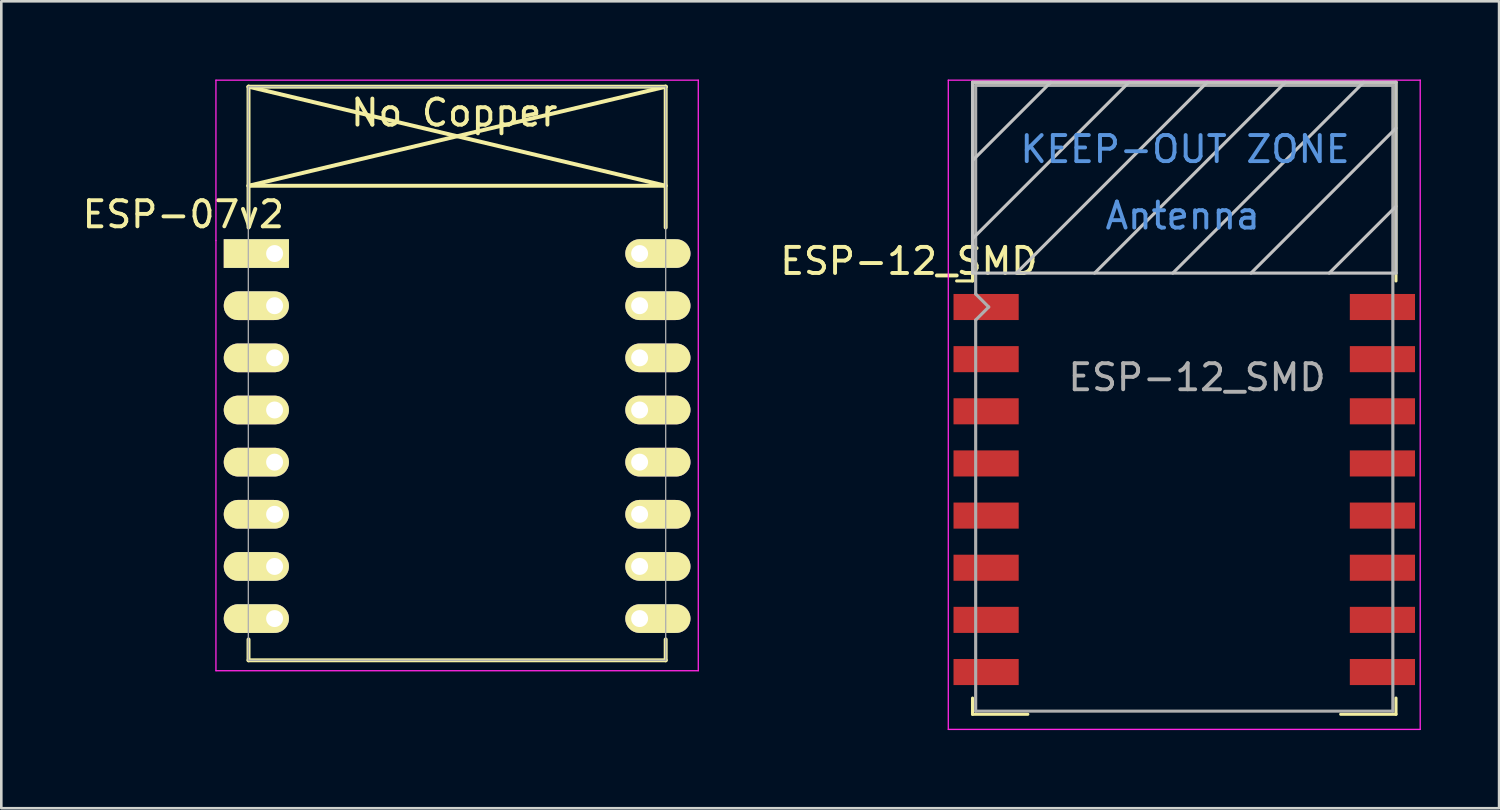
<source format=kicad_pcb>
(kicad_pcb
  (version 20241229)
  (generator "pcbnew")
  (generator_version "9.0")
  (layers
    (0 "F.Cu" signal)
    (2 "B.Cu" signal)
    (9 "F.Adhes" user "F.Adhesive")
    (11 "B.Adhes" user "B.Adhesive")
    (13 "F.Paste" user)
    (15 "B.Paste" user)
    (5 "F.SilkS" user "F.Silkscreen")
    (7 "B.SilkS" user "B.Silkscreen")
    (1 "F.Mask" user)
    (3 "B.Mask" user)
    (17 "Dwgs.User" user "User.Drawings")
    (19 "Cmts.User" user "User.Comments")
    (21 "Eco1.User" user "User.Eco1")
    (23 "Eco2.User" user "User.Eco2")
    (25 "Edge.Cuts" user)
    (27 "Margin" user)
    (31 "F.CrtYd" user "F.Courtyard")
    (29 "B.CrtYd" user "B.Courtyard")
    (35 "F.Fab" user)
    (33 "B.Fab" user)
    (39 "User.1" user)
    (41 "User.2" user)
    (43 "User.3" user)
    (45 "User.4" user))
  (footprint "ESP-12_SMD"
    (layer "F.Cu")
    (at 42.371 12.225)
    (property "Reference" "ESP-12_SMD" (at -10.56 -5.26 0) (layer "F.SilkS") (effects (font (size 1 1) (thickness 0.15))))
    (attr smd)
    (fp_line (start -8.12 -12.12) (end 8.12 -12.12) (stroke (width 0.12) (type solid)) (layer "F.SilkS"))
    (fp_line (start -8.12 -4.5) (end -8.73 -4.5) (stroke (width 0.12) (type solid)) (layer "F.SilkS"))
    (fp_line (start -8.12 -4.5) (end -8.12 -12.12) (stroke (width 0.12) (type solid)) (layer "F.SilkS"))
    (fp_line (start -8.12 12.12) (end -8.12 11.5) (stroke (width 0.12) (type solid)) (layer "F.SilkS"))
    (fp_line (start -6 12.12) (end -8.12 12.12) (stroke (width 0.12) (type solid)) (layer "F.SilkS"))
    (fp_line (start 8.12 -12.12) (end 8.12 -4.5) (stroke (width 0.12) (type solid)) (layer "F.SilkS"))
    (fp_line (start 8.12 11.5) (end 8.12 12.12) (stroke (width 0.12) (type solid)) (layer "F.SilkS"))
    (fp_line (start 8.12 12.12) (end 6 12.12) (stroke (width 0.12) (type solid)) (layer "F.SilkS"))
    (fp_line (start -8.12 -12.12) (end 8.12 -12.12) (stroke (width 0.12) (type solid)) (layer "Dwgs.User"))
    (fp_line (start -8.12 -9.12) (end -5.12 -12.12) (stroke (width 0.12) (type solid)) (layer "Dwgs.User"))
    (fp_line (start -8.12 -6.12) (end -2.12 -12.12) (stroke (width 0.12) (type solid)) (layer "Dwgs.User"))
    (fp_line (start -8.12 -4.8) (end -8.12 -12.12) (stroke (width 0.12) (type solid)) (layer "Dwgs.User"))
    (fp_line (start -6.44 -4.8) (end 0.88 -12.12) (stroke (width 0.12) (type solid)) (layer "Dwgs.User"))
    (fp_line (start -3.44 -4.8) (end 3.88 -12.12) (stroke (width 0.12) (type solid)) (layer "Dwgs.User"))
    (fp_line (start -0.44 -4.8) (end 6.88 -12.12) (stroke (width 0.12) (type solid)) (layer "Dwgs.User"))
    (fp_line (start 2.56 -4.8) (end 8.12 -10.36) (stroke (width 0.12) (type solid)) (layer "Dwgs.User"))
    (fp_line (start 5.56 -4.8) (end 8.12 -7.36) (stroke (width 0.12) (type solid)) (layer "Dwgs.User"))
    (fp_line (start 8.12 -12.12) (end 8.12 -4.8) (stroke (width 0.12) (type solid)) (layer "Dwgs.User"))
    (fp_line (start 8.12 -4.8) (end -8.12 -4.8) (stroke (width 0.12) (type solid)) (layer "Dwgs.User"))
    (fp_line (start -9.05 -12.2) (end 9.05 -12.2) (stroke (width 0.05) (type solid)) (layer "F.CrtYd"))
    (fp_line (start -9.05 12.7) (end -9.05 -12.2) (stroke (width 0.05) (type solid)) (layer "F.CrtYd"))
    (fp_line (start 9.05 -12.2) (end 9.05 12.7) (stroke (width 0.05) (type solid)) (layer "F.CrtYd"))
    (fp_line (start 9.05 12.7) (end -9.05 12.7) (stroke (width 0.05) (type solid)) (layer "F.CrtYd"))
    (fp_line (start -8 -12) (end 8 -12) (stroke (width 0.12) (type solid)) (layer "F.Fab"))
    (fp_line (start -8 -4) (end -8 -12) (stroke (width 0.12) (type solid)) (layer "F.Fab"))
    (fp_line (start -8 -3) (end -7.5 -3.5) (stroke (width 0.12) (type solid)) (layer "F.Fab"))
    (fp_line (start -8 12) (end -8 -3) (stroke (width 0.12) (type solid)) (layer "F.Fab"))
    (fp_line (start -7.5 -3.5) (end -8 -4) (stroke (width 0.12) (type solid)) (layer "F.Fab"))
    (fp_line (start 8 -12) (end 8 12) (stroke (width 0.12) (type solid)) (layer "F.Fab"))
    (fp_line (start 8 12) (end -8 12) (stroke (width 0.12) (type solid)) (layer "F.Fab"))
    (fp_text user "Antenna" (at -0.06 -7 180) (layer "Cmts.User") (effects (font (size 1 1) (thickness 0.15))))
    (fp_text user "KEEP-OUT ZONE" (at 0.03 -9.55 180) (layer "Cmts.User") (effects (font (size 1 1) (thickness 0.15))))
    (fp_text user "${REFERENCE}" (at 0.49 -0.8 0) (layer "F.Fab") (effects (font (size 1 1) (thickness 0.15))))
    (pad "1" smd rect (at -7.6 -3.5) (size 2.5 1) (layers "F.Cu" "F.Mask" "F.Paste"))
    (pad "2" smd rect (at -7.6 -1.5) (size 2.5 1) (layers "F.Cu" "F.Mask" "F.Paste"))
    (pad "3" smd rect (at -7.6 0.5) (size 2.5 1) (layers "F.Cu" "F.Mask" "F.Paste"))
    (pad "4" smd rect (at -7.6 2.5) (size 2.5 1) (layers "F.Cu" "F.Mask" "F.Paste"))
    (pad "5" smd rect (at -7.6 4.5) (size 2.5 1) (layers "F.Cu" "F.Mask" "F.Paste"))
    (pad "6" smd rect (at -7.6 6.5) (size 2.5 1) (layers "F.Cu" "F.Mask" "F.Paste"))
    (pad "7" smd rect (at -7.6 8.5) (size 2.5 1) (layers "F.Cu" "F.Mask" "F.Paste"))
    (pad "8" smd rect (at -7.6 10.5) (size 2.5 1) (layers "F.Cu" "F.Mask" "F.Paste"))
    (pad "9" smd rect (at 7.6 10.5) (size 2.5 1) (layers "F.Cu" "F.Mask" "F.Paste"))
    (pad "10" smd rect (at 7.6 8.5) (size 2.5 1) (layers "F.Cu" "F.Mask" "F.Paste"))
    (pad "11" smd rect (at 7.6 6.5) (size 2.5 1) (layers "F.Cu" "F.Mask" "F.Paste"))
    (pad "12" smd rect (at 7.6 4.5) (size 2.5 1) (layers "F.Cu" "F.Mask" "F.Paste"))
    (pad "13" smd rect (at 7.6 2.5) (size 2.5 1) (layers "F.Cu" "F.Mask" "F.Paste"))
    (pad "14" smd rect (at 7.6 0.5) (size 2.5 1) (layers "F.Cu" "F.Mask" "F.Paste"))
    (pad "15" smd rect (at 7.6 -1.5) (size 2.5 1) (layers "F.Cu" "F.Mask" "F.Paste"))
    (pad "16" smd rect (at 7.6 -3.5) (size 2.5 1) (layers "F.Cu" "F.Mask" "F.Paste")))
  (footprint "ESP-07v2"
    (layer "F.Cu")
    (at 7.482 6.675)
    (property "Reference" "ESP-07v2" (at -3.5 -1.5 0) (layer "F.SilkS") (effects (font (size 1 1) (thickness 0.15))))
    (attr through_hole)
    (fp_line (start -1.008 -2.6) (end 14.992 -2.6) (stroke (width 0.152) (type solid)) (layer "F.SilkS"))
    (fp_line (start -1 -6.4) (end -1 -1) (stroke (width 0.152) (type solid)) (layer "F.SilkS"))
    (fp_line (start -1 -6.4) (end 15 -6.4) (stroke (width 0.152) (type solid)) (layer "F.SilkS"))
    (fp_line (start -1 -6.4) (end 15 -2.6) (stroke (width 0.152) (type solid)) (layer "F.SilkS"))
    (fp_line (start -1 14.8) (end -1 15.6) (stroke (width 0.152) (type solid)) (layer "F.SilkS"))
    (fp_line (start -1 15.6) (end 15 15.6) (stroke (width 0.152) (type solid)) (layer "F.SilkS"))
    (fp_line (start 15 -6.4) (end -1 -2.6) (stroke (width 0.152) (type solid)) (layer "F.SilkS"))
    (fp_line (start 15 -6.4) (end 15 -1) (stroke (width 0.152) (type solid)) (layer "F.SilkS"))
    (fp_line (start 15 15.6) (end 15 14.8) (stroke (width 0.152) (type solid)) (layer "F.SilkS"))
    (fp_line (start -2.25 -6.65) (end 16.25 -6.65) (stroke (width 0.05) (type solid)) (layer "F.CrtYd"))
    (fp_line (start -2.25 -0.5) (end -2.25 -6.65) (stroke (width 0.05) (type solid)) (layer "F.CrtYd"))
    (fp_line (start -2.25 16) (end -2.25 -0.5) (stroke (width 0.05) (type solid)) (layer "F.CrtYd"))
    (fp_line (start 16.25 -6.65) (end 16.25 16) (stroke (width 0.05) (type solid)) (layer "F.CrtYd"))
    (fp_line (start 16.25 16) (end -2.25 16) (stroke (width 0.05) (type solid)) (layer "F.CrtYd"))
    (fp_line (start -1.008 15.6) (end -1.008 -6.4) (stroke (width 0.05) (type solid)) (layer "F.Fab"))
    (fp_line (start -1 -6.4) (end 15 -6.4) (stroke (width 0.05) (type solid)) (layer "F.Fab"))
    (fp_line (start 15 -6.4) (end 15 15.6) (stroke (width 0.05) (type solid)) (layer "F.Fab"))
    (fp_line (start 15 15.6) (end -1 15.6) (stroke (width 0.05) (type solid)) (layer "F.Fab"))
    (fp_text user "No Copper" (at 6.892 -5.4 0) (layer "F.SilkS") (effects (font (size 1 1) (thickness 0.15))))
    (pad "1" thru_hole rect (at 0 0) (size 2.5 1.1) (drill 0.65 (offset -0.7 0)) (layers "*.Cu" "*.Mask" "F.SilkS" "F.Paste"))
    (pad "2" thru_hole oval (at 0 2) (size 2.5 1.1) (drill 0.65 (offset -0.7 0)) (layers "*.Cu" "*.Mask" "F.SilkS" "F.Paste"))
    (pad "3" thru_hole oval (at 0 4) (size 2.5 1.1) (drill 0.65 (offset -0.7 0)) (layers "*.Cu" "*.Mask" "F.SilkS" "F.Paste"))
    (pad "4" thru_hole oval (at 0 6) (size 2.5 1.1) (drill 0.65 (offset -0.7 0)) (layers "*.Cu" "*.Mask" "F.SilkS" "F.Paste"))
    (pad "5" thru_hole oval (at 0 8) (size 2.5 1.1) (drill 0.65 (offset -0.7 0)) (layers "*.Cu" "*.Mask" "F.SilkS" "F.Paste"))
    (pad "6" thru_hole oval (at 0 10) (size 2.5 1.1) (drill 0.65 (offset -0.7 0)) (layers "*.Cu" "*.Mask" "F.SilkS" "F.Paste"))
    (pad "7" thru_hole oval (at 0 12) (size 2.5 1.1) (drill 0.65 (offset -0.7 0)) (layers "*.Cu" "*.Mask" "F.SilkS" "F.Paste"))
    (pad "8" thru_hole oval (at 0 14) (size 2.5 1.1) (drill 0.65 (offset -0.7 0)) (layers "*.Cu" "*.Mask" "F.SilkS" "F.Paste"))
    (pad "9" thru_hole oval (at 14 14) (size 2.5 1.1) (drill 0.65 (offset 0.7 0)) (layers "*.Cu" "*.Mask" "F.SilkS" "F.Paste"))
    (pad "10" thru_hole oval (at 14 12) (size 2.5 1.1) (drill 0.65 (offset 0.7 0)) (layers "*.Cu" "*.Mask" "F.SilkS" "F.Paste"))
    (pad "11" thru_hole oval (at 14 10) (size 2.5 1.1) (drill 0.65 (offset 0.7 0)) (layers "*.Cu" "*.Mask" "F.SilkS" "F.Paste"))
    (pad "12" thru_hole oval (at 14 8) (size 2.5 1.1) (drill 0.65 (offset 0.7 0)) (layers "*.Cu" "*.Mask" "F.SilkS" "F.Paste"))
    (pad "13" thru_hole oval (at 14 6) (size 2.5 1.1) (drill 0.65 (offset 0.7 0)) (layers "*.Cu" "*.Mask" "F.SilkS" "F.Paste"))
    (pad "14" thru_hole oval (at 14 4) (size 2.5 1.1) (drill 0.65 (offset 0.7 0)) (layers "*.Cu" "*.Mask" "F.SilkS" "F.Paste"))
    (pad "15" thru_hole oval (at 14 2) (size 2.5 1.1) (drill 0.65 (offset 0.7 0)) (layers "*.Cu" "*.Mask" "F.SilkS" "F.Paste"))
    (pad "16" thru_hole oval (at 14 0) (size 2.5 1.1) (drill 0.65 (offset 0.7 0)) (layers "*.Cu" "*.Mask" "F.SilkS" "F.Paste")))
  (gr_rect
    (start -3 -3)
    (end 54.446 27.95)
    (stroke (width 0.1) (type default))
    (fill no)
    (layer "Edge.Cuts")))
</source>
